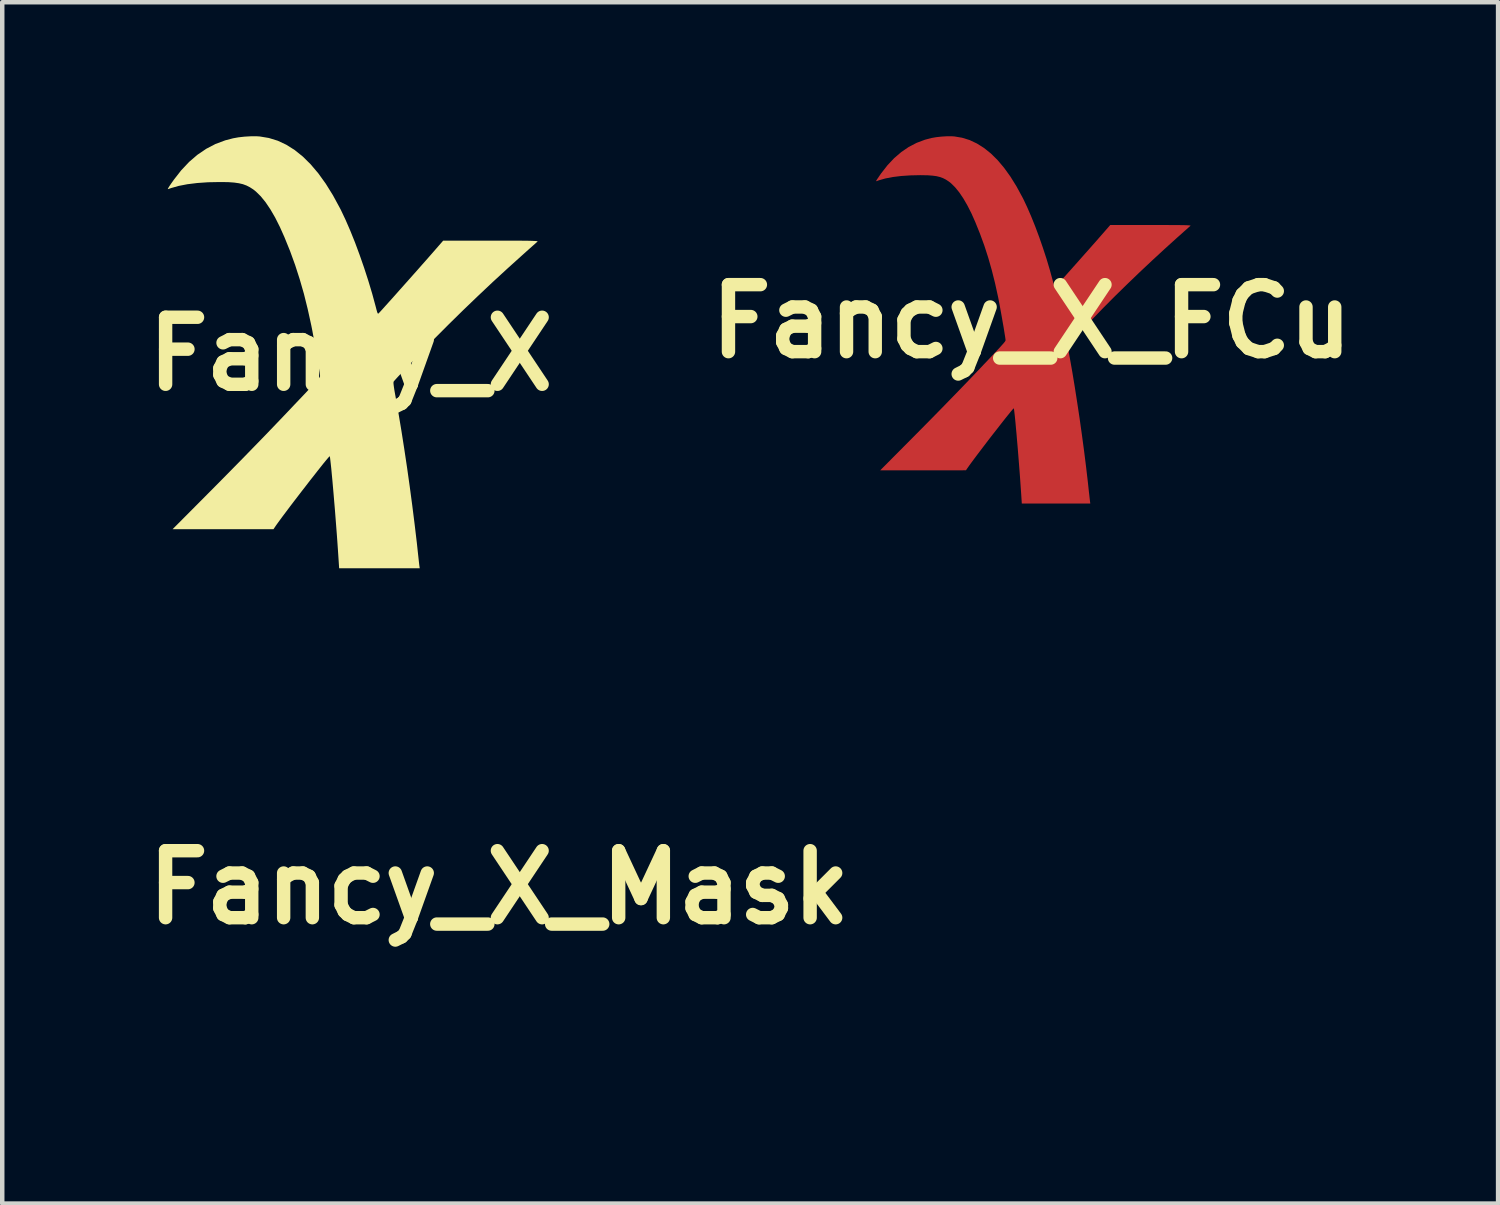
<source format=kicad_pcb>
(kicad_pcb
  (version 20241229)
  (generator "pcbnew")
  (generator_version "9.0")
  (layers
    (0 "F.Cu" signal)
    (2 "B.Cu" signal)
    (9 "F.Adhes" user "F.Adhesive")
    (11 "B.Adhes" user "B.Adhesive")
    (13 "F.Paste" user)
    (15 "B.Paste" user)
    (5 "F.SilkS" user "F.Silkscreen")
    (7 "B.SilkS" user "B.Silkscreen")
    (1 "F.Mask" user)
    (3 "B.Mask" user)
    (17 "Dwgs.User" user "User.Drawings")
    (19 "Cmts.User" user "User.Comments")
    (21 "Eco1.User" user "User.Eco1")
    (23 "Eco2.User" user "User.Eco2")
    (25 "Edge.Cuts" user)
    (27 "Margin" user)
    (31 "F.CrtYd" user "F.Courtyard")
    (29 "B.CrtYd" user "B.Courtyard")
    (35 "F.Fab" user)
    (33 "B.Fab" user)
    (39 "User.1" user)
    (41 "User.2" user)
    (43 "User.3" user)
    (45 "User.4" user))
  (footprint "Fancy_X_Mask"
    (layer "F.Cu")
    (at 8.121 16.815)
    (property "Reference" "Fancy_X_Mask" (at 0 0 0) (layer "F.SilkS") (effects (font (size 1.5 1.5) (thickness 0.3))))
    (attr board_only exclude_from_pos_files exclude_from_bom)
    (fp_poly (pts (xy -1.73 -4.14) (xy -1.557 -4.111) (xy -1.388 -4.059) (xy -1.225 -3.982) (xy -1.066 -3.882) (xy -0.911 -3.758) (xy -0.761 -3.61) (xy -0.616 -3.438) (xy -0.474 -3.241) (xy -0.337 -3.02) (xy -0.204 -2.775) (xy -0.186 -2.741) (xy -0.098 -2.554) (xy -0.008 -2.347) (xy 0.082 -2.123) (xy 0.17 -1.887) (xy 0.255 -1.642) (xy 0.336 -1.394) (xy 0.41 -1.145) (xy 0.477 -0.9) (xy 0.491 -0.847) (xy 0.503 -0.801) (xy 0.513 -0.776) (xy 0.522 -0.768) (xy 0.531 -0.772) (xy 0.544 -0.785) (xy 0.57 -0.814) (xy 0.61 -0.858) (xy 0.662 -0.915) (xy 0.723 -0.983) (xy 0.792 -1.06) (xy 0.868 -1.145) (xy 0.948 -1.235) (xy 1.032 -1.329) (xy 1.116 -1.424) (xy 1.201 -1.52) (xy 1.284 -1.613) (xy 1.363 -1.703) (xy 1.437 -1.786) (xy 1.504 -1.863) (xy 1.547 -1.912) (xy 1.761 -2.157) (xy 2.668 -2.157) (xy 2.843 -2.157) (xy 2.994 -2.157) (xy 3.124 -2.156) (xy 3.233 -2.156) (xy 3.324 -2.155) (xy 3.397 -2.154) (xy 3.455 -2.153) (xy 3.498 -2.151) (xy 3.528 -2.149) (xy 3.547 -2.147) (xy 3.557 -2.144) (xy 3.558 -2.141) (xy 3.557 -2.14) (xy 3.544 -2.128) (xy 3.514 -2.102) (xy 3.471 -2.063) (xy 3.416 -2.015) (xy 3.353 -1.958) (xy 3.284 -1.897) (xy 3.26 -1.876) (xy 2.985 -1.627) (xy 2.704 -1.368) (xy 2.422 -1.103) (xy 2.143 -0.835) (xy 1.871 -0.569) (xy 1.612 -0.309) (xy 1.378 -0.068) (xy 1.262 0.053) (xy 1.162 0.157) (xy 1.077 0.246) (xy 1.006 0.32) (xy 0.949 0.382) (xy 0.903 0.43) (xy 0.868 0.468) (xy 0.843 0.496) (xy 0.826 0.515) (xy 0.82 0.522) (xy 0.816 0.533) (xy 0.815 0.553) (xy 0.817 0.583) (xy 0.823 0.628) (xy 0.833 0.691) (xy 0.847 0.773) (xy 0.855 0.814) (xy 0.91 1.125) (xy 0.965 1.457) (xy 1.019 1.803) (xy 1.073 2.16) (xy 1.124 2.522) (xy 1.173 2.885) (xy 1.218 3.243) (xy 1.259 3.592) (xy 1.282 3.806) (xy 1.29 3.874) (xy 1.297 3.937) (xy 1.303 3.99) (xy 1.307 4.025) (xy 1.308 4.032) (xy 1.314 4.078) (xy 0.548 4.078) (xy -0.219 4.078) (xy -0.234 3.846) (xy -0.244 3.707) (xy -0.254 3.561) (xy -0.265 3.41) (xy -0.277 3.257) (xy -0.289 3.104) (xy -0.301 2.952) (xy -0.313 2.803) (xy -0.326 2.66) (xy -0.337 2.525) (xy -0.349 2.399) (xy -0.359 2.284) (xy -0.369 2.183) (xy -0.378 2.097) (xy -0.386 2.028) (xy -0.392 1.979) (xy -0.397 1.952) (xy -0.399 1.946) (xy -0.41 1.956) (xy -0.435 1.983) (xy -0.471 2.027) (xy -0.517 2.084) (xy -0.573 2.153) (xy -0.636 2.233) (xy -0.705 2.321) (xy -0.778 2.415) (xy -0.855 2.513) (xy -0.933 2.613) (xy -1.01 2.714) (xy -1.086 2.814) (xy -1.159 2.91) (xy -1.228 3.001) (xy -1.29 3.084) (xy -1.345 3.158) (xy -1.391 3.221) (xy -1.426 3.271) (xy -1.438 3.288) (xy -1.469 3.334) (xy -2.429 3.335) (xy -3.389 3.335) (xy -2.763 2.705) (xy -2.51 2.45) (xy -2.272 2.209) (xy -2.047 1.98) (xy -1.832 1.759) (xy -1.624 1.545) (xy -1.421 1.334) (xy -1.221 1.124) (xy -1.189 1.091) (xy -1.073 0.968) (xy -0.972 0.862) (xy -0.886 0.771) (xy -0.814 0.694) (xy -0.754 0.63) (xy -0.705 0.578) (xy -0.667 0.535) (xy -0.637 0.502) (xy -0.615 0.476) (xy -0.6 0.457) (xy -0.591 0.443) (xy -0.585 0.433) (xy -0.583 0.425) (xy -0.583 0.42) (xy -0.585 0.397) (xy -0.591 0.354) (xy -0.601 0.292) (xy -0.613 0.216) (xy -0.627 0.129) (xy -0.644 0.034) (xy -0.661 -0.065) (xy -0.679 -0.166) (xy -0.697 -0.265) (xy -0.714 -0.358) (xy -0.73 -0.443) (xy -0.744 -0.516) (xy -0.75 -0.545) (xy -0.818 -0.855) (xy -0.891 -1.146) (xy -0.97 -1.423) (xy -1.057 -1.693) (xy -1.154 -1.959) (xy -1.26 -2.222) (xy -1.347 -2.418) (xy -1.437 -2.595) (xy -1.528 -2.752) (xy -1.62 -2.888) (xy -1.712 -3.001) (xy -1.803 -3.091) (xy -1.854 -3.131) (xy -1.918 -3.173) (xy -1.982 -3.206) (xy -2.051 -3.231) (xy -2.128 -3.25) (xy -2.217 -3.262) (xy -2.322 -3.27) (xy -2.447 -3.272) (xy -2.49 -3.273) (xy -2.715 -3.268) (xy -2.921 -3.254) (xy -3.108 -3.231) (xy -3.274 -3.199) (xy -3.418 -3.158) (xy -3.464 -3.141) (xy -3.478 -3.137) (xy -3.48 -3.142) (xy -3.469 -3.164) (xy -3.465 -3.17) (xy -3.448 -3.196) (xy -3.421 -3.236) (xy -3.388 -3.284) (xy -3.367 -3.314) (xy -3.225 -3.496) (xy -3.075 -3.655) (xy -2.917 -3.79) (xy -2.751 -3.904) (xy -2.574 -3.996) (xy -2.388 -4.066) (xy -2.239 -4.105) (xy -2.135 -4.123) (xy -2.02 -4.136) (xy -1.904 -4.143) (xy -1.795 -4.144)) (stroke (width 0) (type solid)) (fill yes) (layer "F.Mask")))
  (footprint "Fancy_X"
    (layer "F.Cu")
    (at 4.8 4.874)
    (property "Reference" "Fancy_X" (at 0 0 0) (layer "F.SilkS") (effects (font (size 1.5 1.5) (thickness 0.3))))
    (attr board_only exclude_from_pos_files exclude_from_bom)
    (fp_poly (pts (xy -2.035 -4.869) (xy -1.831 -4.835) (xy -1.633 -4.774) (xy -1.441 -4.684) (xy -1.254 -4.566) (xy -1.072 -4.42) (xy -0.896 -4.246) (xy -0.724 -4.043) (xy -0.558 -3.812) (xy -0.397 -3.553) (xy -0.24 -3.264) (xy -0.219 -3.224) (xy -0.115 -3.004) (xy -0.009 -2.76) (xy 0.097 -2.497) (xy 0.2 -2.219) (xy 0.3 -1.932) (xy 0.395 -1.639) (xy 0.483 -1.346) (xy 0.561 -1.058) (xy 0.577 -0.996) (xy 0.592 -0.942) (xy 0.603 -0.913) (xy 0.613 -0.903) (xy 0.625 -0.908) (xy 0.639 -0.923) (xy 0.671 -0.957) (xy 0.718 -1.009) (xy 0.778 -1.076) (xy 0.85 -1.156) (xy 0.932 -1.247) (xy 1.021 -1.347) (xy 1.115 -1.453) (xy 1.213 -1.563) (xy 1.313 -1.675) (xy 1.413 -1.788) (xy 1.51 -1.897) (xy 1.603 -2.003) (xy 1.69 -2.101) (xy 1.769 -2.191) (xy 1.82 -2.249) (xy 2.071 -2.537) (xy 3.138 -2.537) (xy 3.344 -2.537) (xy 3.522 -2.537) (xy 3.675 -2.536) (xy 3.803 -2.536) (xy 3.91 -2.535) (xy 3.996 -2.534) (xy 4.064 -2.532) (xy 4.114 -2.53) (xy 4.15 -2.528) (xy 4.173 -2.525) (xy 4.184 -2.522) (xy 4.185 -2.518) (xy 4.184 -2.518) (xy 4.168 -2.503) (xy 4.133 -2.472) (xy 4.082 -2.427) (xy 4.018 -2.37) (xy 3.944 -2.304) (xy 3.863 -2.231) (xy 3.835 -2.206) (xy 3.511 -1.914) (xy 3.18 -1.61) (xy 2.848 -1.297) (xy 2.52 -0.982) (xy 2.201 -0.669) (xy 1.896 -0.363) (xy 1.621 -0.081) (xy 1.485 0.062) (xy 1.367 0.185) (xy 1.267 0.289) (xy 1.184 0.377) (xy 1.116 0.449) (xy 1.062 0.506) (xy 1.021 0.551) (xy 0.991 0.584) (xy 0.972 0.606) (xy 0.965 0.614) (xy 0.96 0.627) (xy 0.958 0.65) (xy 0.961 0.686) (xy 0.968 0.739) (xy 0.979 0.812) (xy 0.996 0.909) (xy 1.005 0.957) (xy 1.07 1.324) (xy 1.135 1.713) (xy 1.199 2.121) (xy 1.262 2.541) (xy 1.322 2.966) (xy 1.379 3.393) (xy 1.432 3.814) (xy 1.481 4.225) (xy 1.508 4.476) (xy 1.517 4.557) (xy 1.525 4.631) (xy 1.532 4.693) (xy 1.537 4.735) (xy 1.538 4.742) (xy 1.546 4.797) (xy 0.644 4.797) (xy -0.258 4.797) (xy -0.276 4.524) (xy -0.287 4.36) (xy -0.299 4.188) (xy -0.312 4.011) (xy -0.326 3.831) (xy -0.34 3.651) (xy -0.354 3.472) (xy -0.369 3.297) (xy -0.383 3.129) (xy -0.397 2.97) (xy -0.41 2.821) (xy -0.423 2.687) (xy -0.434 2.567) (xy -0.445 2.466) (xy -0.454 2.386) (xy -0.461 2.328) (xy -0.467 2.296) (xy -0.47 2.289) (xy -0.482 2.3) (xy -0.511 2.333) (xy -0.554 2.384) (xy -0.609 2.451) (xy -0.674 2.533) (xy -0.748 2.626) (xy -0.829 2.73) (xy -0.916 2.84) (xy -1.005 2.956) (xy -1.097 3.074) (xy -1.188 3.193) (xy -1.278 3.31) (xy -1.364 3.423) (xy -1.444 3.53) (xy -1.518 3.628) (xy -1.582 3.715) (xy -1.636 3.789) (xy -1.678 3.848) (xy -1.691 3.868) (xy -1.728 3.922) (xy -2.857 3.922) (xy -3.986 3.922) (xy -3.25 3.182) (xy -2.952 2.882) (xy -2.673 2.599) (xy -2.408 2.329) (xy -2.155 2.069) (xy -1.91 1.817) (xy -1.672 1.569) (xy -1.436 1.322) (xy -1.399 1.283) (xy -1.262 1.138) (xy -1.143 1.013) (xy -1.042 0.907) (xy -0.957 0.816) (xy -0.887 0.741) (xy -0.829 0.679) (xy -0.784 0.63) (xy -0.749 0.591) (xy -0.724 0.56) (xy -0.706 0.538) (xy -0.695 0.521) (xy -0.688 0.509) (xy -0.686 0.499) (xy -0.685 0.494) (xy -0.688 0.467) (xy -0.695 0.416) (xy -0.706 0.344) (xy -0.721 0.254) (xy -0.738 0.152) (xy -0.757 0.04) (xy -0.777 -0.077) (xy -0.798 -0.195) (xy -0.819 -0.312) (xy -0.84 -0.422) (xy -0.858 -0.521) (xy -0.875 -0.607) (xy -0.882 -0.642) (xy -0.962 -1.006) (xy -1.047 -1.348) (xy -1.141 -1.674) (xy -1.243 -1.991) (xy -1.357 -2.305) (xy -1.482 -2.613) (xy -1.585 -2.844) (xy -1.69 -3.053) (xy -1.797 -3.237) (xy -1.905 -3.397) (xy -2.013 -3.53) (xy -2.12 -3.635) (xy -2.18 -3.683) (xy -2.256 -3.732) (xy -2.332 -3.771) (xy -2.413 -3.801) (xy -2.503 -3.822) (xy -2.608 -3.837) (xy -2.732 -3.846) (xy -2.878 -3.849) (xy -2.928 -3.849) (xy -3.193 -3.844) (xy -3.436 -3.827) (xy -3.655 -3.8) (xy -3.851 -3.762) (xy -4.02 -3.714) (xy -4.074 -3.695) (xy -4.091 -3.689) (xy -4.093 -3.696) (xy -4.08 -3.721) (xy -4.075 -3.729) (xy -4.056 -3.76) (xy -4.024 -3.807) (xy -3.985 -3.862) (xy -3.96 -3.898) (xy -3.793 -4.112) (xy -3.617 -4.299) (xy -3.432 -4.458) (xy -3.235 -4.592) (xy -3.028 -4.7) (xy -2.809 -4.782) (xy -2.633 -4.828) (xy -2.511 -4.85) (xy -2.376 -4.865) (xy -2.239 -4.873) (xy -2.112 -4.874)) (stroke (width 0) (type solid)) (fill yes) (layer "F.SilkS")))
  (footprint "Fancy_X_FCu"
    (layer "F.Cu")
    (at 20.043 4.144)
    (property "Reference" "Fancy_X_FCu" (at 0 0 0) (layer "F.SilkS") (effects (font (size 1.5 1.5) (thickness 0.3))))
    (attr board_only exclude_from_pos_files exclude_from_bom)
    (fp_poly (pts (xy -1.73 -4.14) (xy -1.557 -4.111) (xy -1.388 -4.059) (xy -1.225 -3.982) (xy -1.066 -3.882) (xy -0.911 -3.758) (xy -0.761 -3.61) (xy -0.616 -3.438) (xy -0.474 -3.241) (xy -0.337 -3.02) (xy -0.204 -2.775) (xy -0.186 -2.741) (xy -0.098 -2.554) (xy -0.008 -2.347) (xy 0.082 -2.123) (xy 0.17 -1.887) (xy 0.255 -1.642) (xy 0.336 -1.394) (xy 0.41 -1.145) (xy 0.477 -0.9) (xy 0.491 -0.847) (xy 0.503 -0.801) (xy 0.513 -0.776) (xy 0.522 -0.768) (xy 0.531 -0.772) (xy 0.544 -0.785) (xy 0.57 -0.814) (xy 0.61 -0.858) (xy 0.662 -0.915) (xy 0.723 -0.983) (xy 0.792 -1.06) (xy 0.868 -1.145) (xy 0.948 -1.235) (xy 1.032 -1.329) (xy 1.116 -1.424) (xy 1.201 -1.52) (xy 1.284 -1.613) (xy 1.363 -1.703) (xy 1.437 -1.786) (xy 1.504 -1.863) (xy 1.547 -1.912) (xy 1.761 -2.157) (xy 2.668 -2.157) (xy 2.843 -2.157) (xy 2.994 -2.157) (xy 3.124 -2.156) (xy 3.233 -2.156) (xy 3.324 -2.155) (xy 3.397 -2.154) (xy 3.455 -2.153) (xy 3.498 -2.151) (xy 3.528 -2.149) (xy 3.547 -2.147) (xy 3.557 -2.144) (xy 3.558 -2.141) (xy 3.557 -2.14) (xy 3.544 -2.128) (xy 3.514 -2.102) (xy 3.471 -2.063) (xy 3.416 -2.015) (xy 3.353 -1.958) (xy 3.284 -1.897) (xy 3.26 -1.876) (xy 2.985 -1.627) (xy 2.704 -1.368) (xy 2.422 -1.103) (xy 2.143 -0.835) (xy 1.871 -0.569) (xy 1.612 -0.309) (xy 1.378 -0.068) (xy 1.262 0.053) (xy 1.162 0.157) (xy 1.077 0.246) (xy 1.006 0.32) (xy 0.949 0.382) (xy 0.903 0.43) (xy 0.868 0.468) (xy 0.843 0.496) (xy 0.826 0.515) (xy 0.82 0.522) (xy 0.816 0.533) (xy 0.815 0.553) (xy 0.817 0.583) (xy 0.823 0.628) (xy 0.833 0.691) (xy 0.847 0.773) (xy 0.855 0.814) (xy 0.91 1.125) (xy 0.965 1.457) (xy 1.019 1.803) (xy 1.073 2.16) (xy 1.124 2.522) (xy 1.173 2.885) (xy 1.218 3.243) (xy 1.259 3.592) (xy 1.282 3.806) (xy 1.29 3.874) (xy 1.297 3.937) (xy 1.303 3.99) (xy 1.307 4.025) (xy 1.308 4.032) (xy 1.314 4.078) (xy 0.548 4.078) (xy -0.219 4.078) (xy -0.234 3.846) (xy -0.244 3.707) (xy -0.254 3.561) (xy -0.265 3.41) (xy -0.277 3.257) (xy -0.289 3.104) (xy -0.301 2.952) (xy -0.313 2.803) (xy -0.326 2.66) (xy -0.337 2.525) (xy -0.349 2.399) (xy -0.359 2.284) (xy -0.369 2.183) (xy -0.378 2.097) (xy -0.386 2.028) (xy -0.392 1.979) (xy -0.397 1.952) (xy -0.399 1.946) (xy -0.41 1.956) (xy -0.435 1.983) (xy -0.471 2.027) (xy -0.517 2.084) (xy -0.573 2.153) (xy -0.636 2.233) (xy -0.705 2.321) (xy -0.778 2.415) (xy -0.855 2.513) (xy -0.933 2.613) (xy -1.01 2.714) (xy -1.086 2.814) (xy -1.159 2.91) (xy -1.228 3.001) (xy -1.29 3.084) (xy -1.345 3.158) (xy -1.391 3.221) (xy -1.426 3.271) (xy -1.438 3.288) (xy -1.469 3.334) (xy -2.429 3.335) (xy -3.389 3.335) (xy -2.763 2.705) (xy -2.51 2.45) (xy -2.272 2.209) (xy -2.047 1.98) (xy -1.832 1.759) (xy -1.624 1.545) (xy -1.421 1.334) (xy -1.221 1.124) (xy -1.189 1.091) (xy -1.073 0.968) (xy -0.972 0.862) (xy -0.886 0.771) (xy -0.814 0.694) (xy -0.754 0.63) (xy -0.705 0.578) (xy -0.667 0.535) (xy -0.637 0.502) (xy -0.615 0.476) (xy -0.6 0.457) (xy -0.591 0.443) (xy -0.585 0.433) (xy -0.583 0.425) (xy -0.583 0.42) (xy -0.585 0.397) (xy -0.591 0.354) (xy -0.601 0.292) (xy -0.613 0.216) (xy -0.627 0.129) (xy -0.644 0.034) (xy -0.661 -0.065) (xy -0.679 -0.166) (xy -0.697 -0.265) (xy -0.714 -0.358) (xy -0.73 -0.443) (xy -0.744 -0.516) (xy -0.75 -0.545) (xy -0.818 -0.855) (xy -0.891 -1.146) (xy -0.97 -1.423) (xy -1.057 -1.693) (xy -1.154 -1.959) (xy -1.26 -2.222) (xy -1.347 -2.418) (xy -1.437 -2.595) (xy -1.528 -2.752) (xy -1.62 -2.888) (xy -1.712 -3.001) (xy -1.803 -3.091) (xy -1.854 -3.131) (xy -1.918 -3.173) (xy -1.982 -3.206) (xy -2.051 -3.231) (xy -2.128 -3.25) (xy -2.217 -3.262) (xy -2.322 -3.27) (xy -2.447 -3.272) (xy -2.49 -3.273) (xy -2.715 -3.268) (xy -2.921 -3.254) (xy -3.108 -3.231) (xy -3.274 -3.199) (xy -3.418 -3.158) (xy -3.464 -3.141) (xy -3.478 -3.137) (xy -3.48 -3.142) (xy -3.469 -3.164) (xy -3.465 -3.17) (xy -3.448 -3.196) (xy -3.421 -3.236) (xy -3.388 -3.284) (xy -3.367 -3.314) (xy -3.225 -3.496) (xy -3.075 -3.655) (xy -2.917 -3.79) (xy -2.751 -3.904) (xy -2.574 -3.996) (xy -2.388 -4.066) (xy -2.239 -4.105) (xy -2.135 -4.123) (xy -2.02 -4.136) (xy -1.904 -4.143) (xy -1.795 -4.144)) (stroke (width 0) (type solid)) (fill yes) (layer "F.Cu")))
  (gr_rect
    (start -3 -3)
    (end 30.486 23.893)
    (stroke (width 0.1) (type default))
    (fill no)
    (layer "Edge.Cuts")))
</source>
